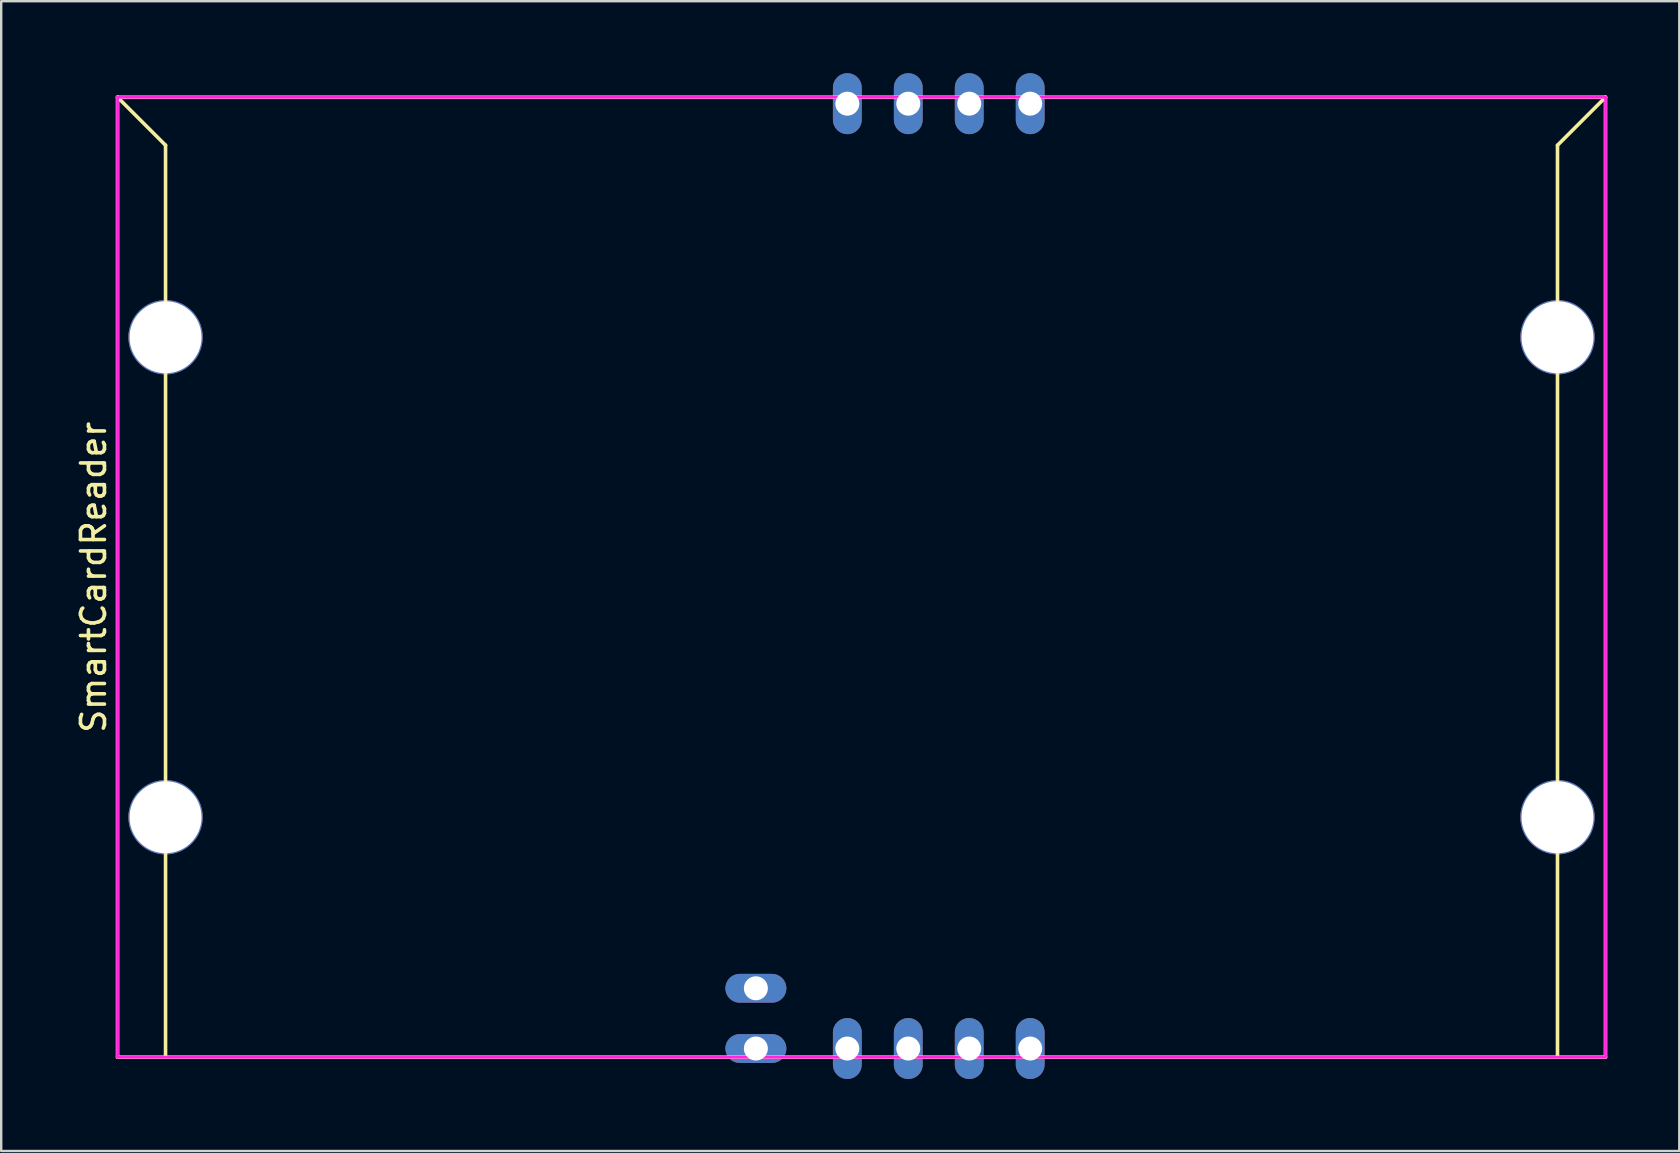
<source format=kicad_pcb>
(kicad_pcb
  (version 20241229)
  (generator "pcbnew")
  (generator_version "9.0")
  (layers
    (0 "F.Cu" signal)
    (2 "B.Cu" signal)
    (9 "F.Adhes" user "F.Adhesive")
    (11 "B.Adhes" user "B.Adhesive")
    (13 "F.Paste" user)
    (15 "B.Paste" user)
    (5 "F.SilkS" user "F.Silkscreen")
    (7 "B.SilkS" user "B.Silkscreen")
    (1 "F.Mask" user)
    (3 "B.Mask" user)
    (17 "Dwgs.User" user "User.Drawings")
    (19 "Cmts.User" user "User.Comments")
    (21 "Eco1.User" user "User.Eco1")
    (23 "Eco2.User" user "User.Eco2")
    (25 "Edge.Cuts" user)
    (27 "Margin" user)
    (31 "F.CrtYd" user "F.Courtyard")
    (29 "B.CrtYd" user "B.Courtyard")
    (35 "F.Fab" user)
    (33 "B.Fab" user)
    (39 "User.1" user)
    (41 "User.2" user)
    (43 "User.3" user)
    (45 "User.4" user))
  (footprint "SmartCardReader"
    (layer "F.Cu")
    (at 1.848 41.002)
    (property "Reference" "SmartCardReader" (at -1 -20 90) (layer "F.SilkS") (effects (font (size 1 1) (thickness 0.15))))
    (attr through_hole)
    (fp_line (start 0 -40) (end 0 0) (stroke (width 0.15) (type solid)) (layer "F.SilkS"))
    (fp_line (start 0 -40) (end 2 -38) (stroke (width 0.15) (type solid)) (layer "F.SilkS"))
    (fp_line (start 0 0) (end 62 0) (stroke (width 0.15) (type solid)) (layer "F.SilkS"))
    (fp_line (start 2 -38) (end 2 0) (stroke (width 0.15) (type solid)) (layer "F.SilkS"))
    (fp_line (start 60 -38) (end 60 0) (stroke (width 0.15) (type solid)) (layer "F.SilkS"))
    (fp_line (start 62 -40) (end 0 -40) (stroke (width 0.15) (type solid)) (layer "F.SilkS"))
    (fp_line (start 62 -40) (end 60 -38) (stroke (width 0.15) (type solid)) (layer "F.SilkS"))
    (fp_line (start 62 0) (end 62 -40) (stroke (width 0.15) (type solid)) (layer "F.SilkS"))
    (fp_line (start 0 -40) (end 0 0) (stroke (width 0.12) (type solid)) (layer "F.CrtYd"))
    (fp_line (start 0 0) (end 62 0) (stroke (width 0.12) (type solid)) (layer "F.CrtYd"))
    (fp_line (start 62 -40) (end 0 -40) (stroke (width 0.12) (type solid)) (layer "F.CrtYd"))
    (fp_line (start 62 0) (end 62 -40) (stroke (width 0.12) (type solid)) (layer "F.CrtYd"))
    (pad "" np_thru_hole circle (at 2 -30) (size 3.1 3.1) (drill 3) (layers "*.Cu" "*.Mask"))
    (pad "" np_thru_hole circle (at 2 -10) (size 3.1 3.1) (drill 3) (layers "*.Cu" "*.Mask"))
    (pad "" np_thru_hole circle (at 60 -30) (size 3.1 3.1) (drill 3) (layers "*.Cu" "*.Mask"))
    (pad "" np_thru_hole circle (at 60 -10) (size 3.1 3.1) (drill 3) (layers "*.Cu" "*.Mask"))
    (pad "1" thru_hole oval (at 38.028 -39.732) (size 1.2 2.54) (drill 1) (layers "*.Cu" "*.Mask"))
    (pad "2" thru_hole oval (at 35.488 -39.732) (size 1.2 2.54) (drill 1) (layers "*.Cu" "*.Mask"))
    (pad "3" thru_hole oval (at 32.948 -39.732) (size 1.2 2.54) (drill 1) (layers "*.Cu" "*.Mask"))
    (pad "4" thru_hole oval (at 30.408 -39.732) (size 1.2 2.54) (drill 1) (layers "*.Cu" "*.Mask"))
    (pad "5" thru_hole oval (at 30.408 -0.362) (size 1.2 2.54) (drill 1) (layers "*.Cu" "*.Mask"))
    (pad "6" thru_hole oval (at 32.948 -0.362) (size 1.2 2.54) (drill 1) (layers "*.Cu" "*.Mask"))
    (pad "7" thru_hole oval (at 35.488 -0.362) (size 1.2 2.54) (drill 1) (layers "*.Cu" "*.Mask"))
    (pad "8" thru_hole oval (at 38.028 -0.362) (size 1.2 2.54) (drill 1) (layers "*.Cu" "*.Mask"))
    (pad "9" thru_hole oval (at 26.598 -0.362 90) (size 1.2 2.54) (drill 1) (layers "*.Cu" "*.Mask"))
    (pad "10" thru_hole oval (at 26.598 -2.872 90) (size 1.2 2.54) (drill 1) (layers "*.Cu" "*.Mask")))
  (gr_rect
    (start -3 -3)
    (end 66.923 44.91)
    (stroke (width 0.1) (type default))
    (fill no)
    (layer "Edge.Cuts")))
</source>
